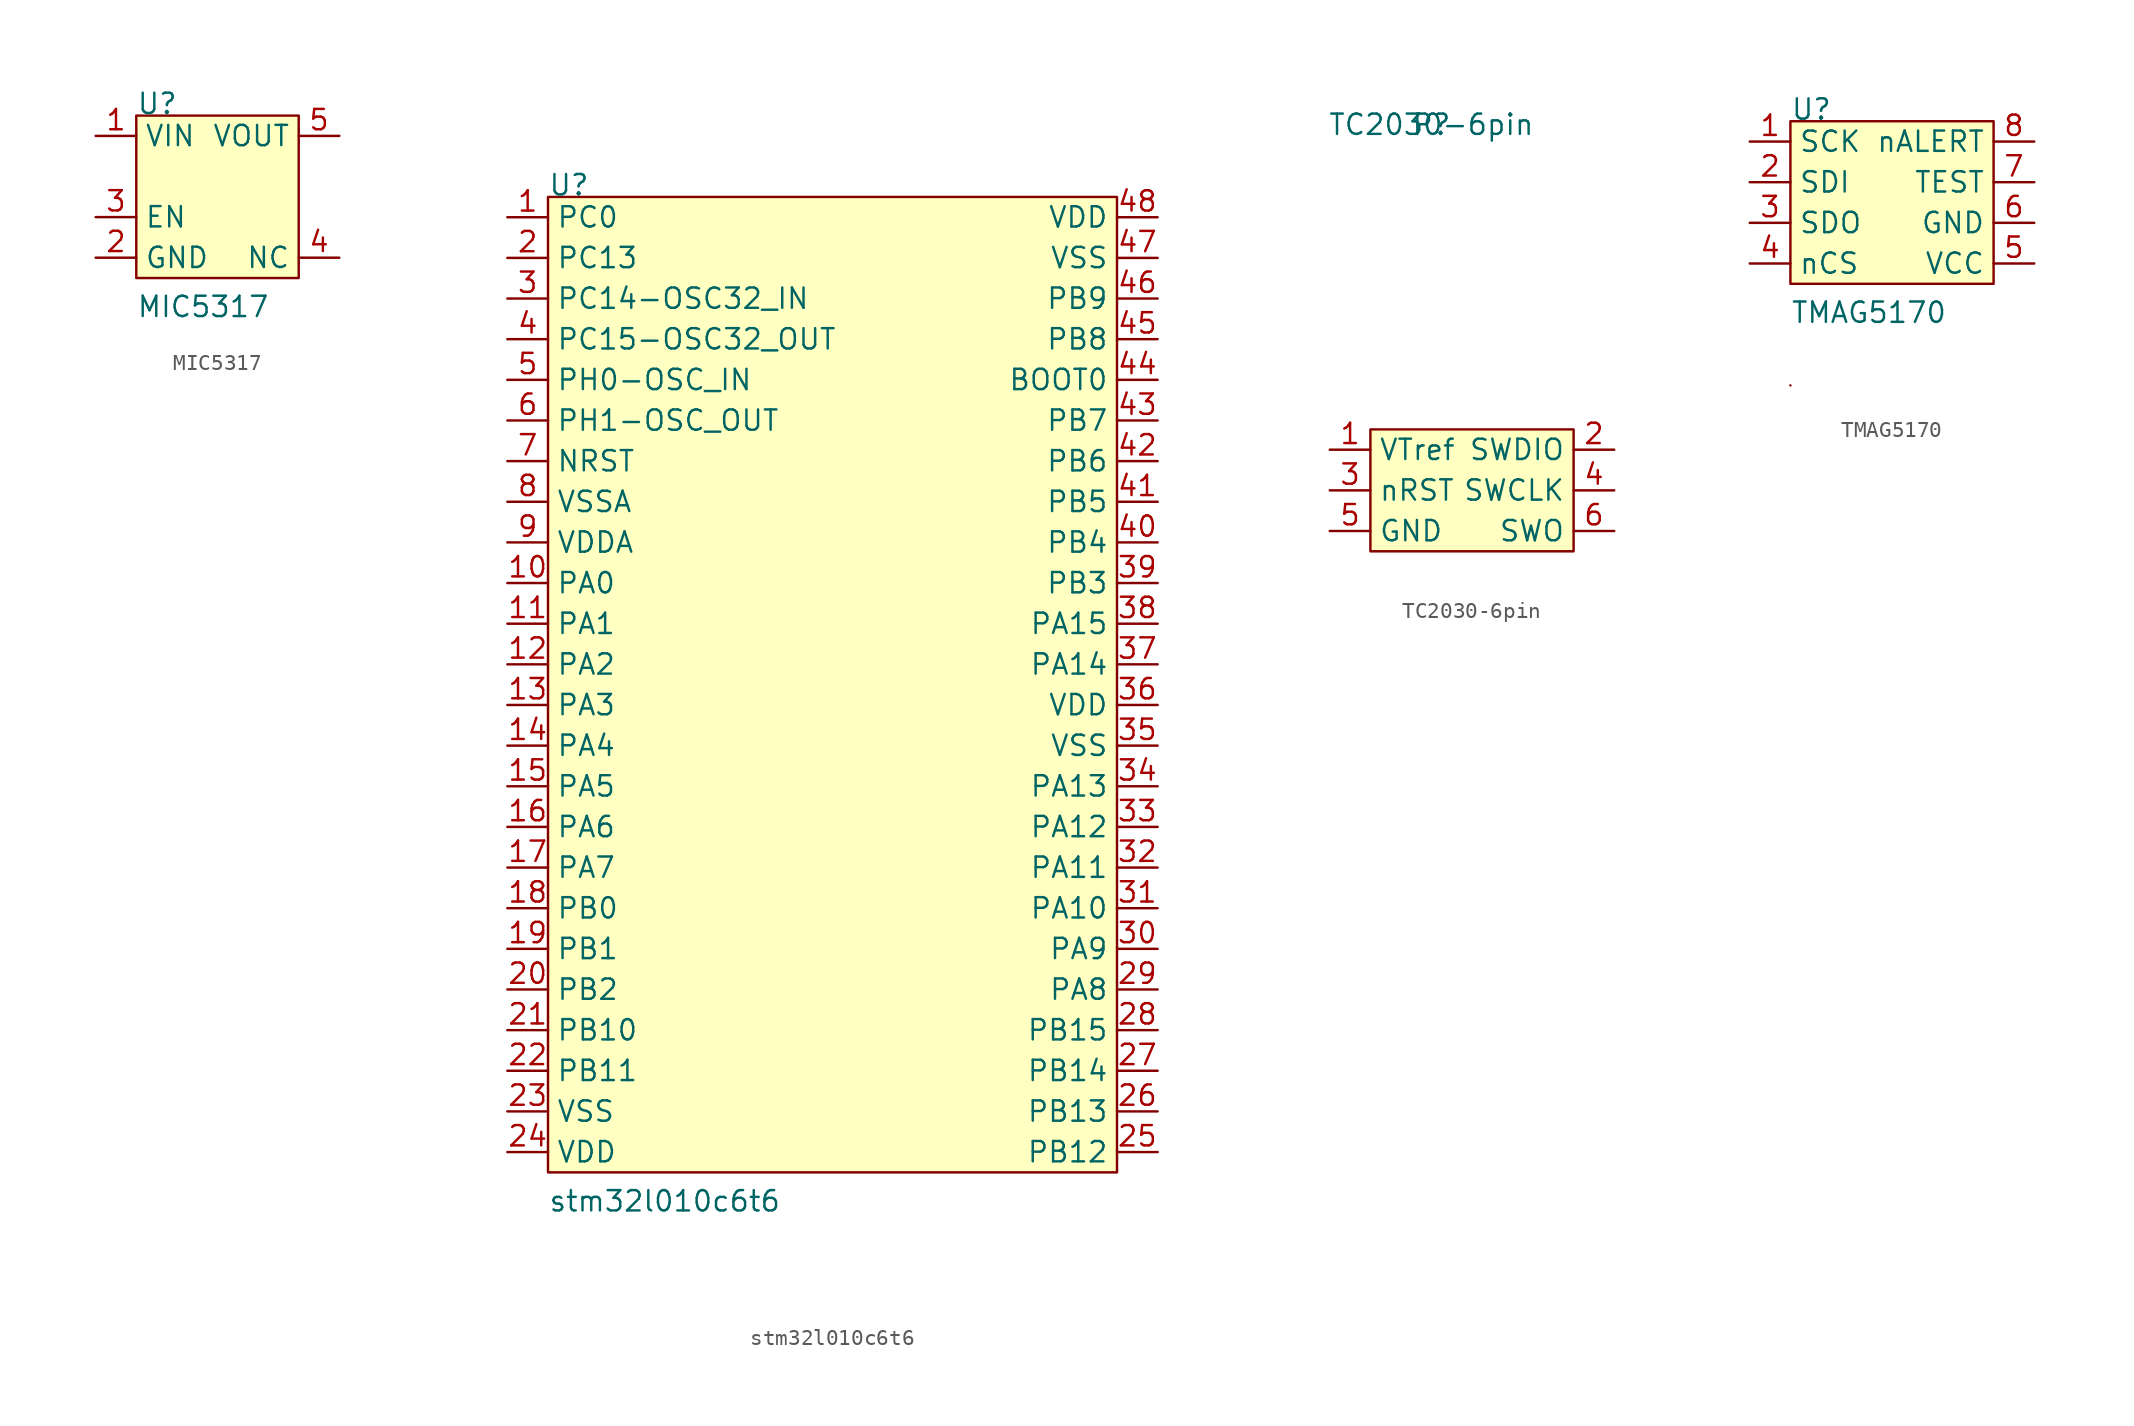
<source format=kicad_sym>
(kicad_symbol_lib
  (version 20211014)
  (generator kicad_symbol_editor)
  (symbol "MIC5317"
    (property "Reference" "U"
      (at -5.08 3.81 0)
      (effects (font (size 1.27 1.27)) (justify left bottom)))
    (property "Value" "MIC5317"
      (at -5.08 -8.89 0)
      (effects (font (size 1.27 1.27)) (justify left bottom)))
    (symbol "MIC5317_0_1"
      (rectangle (start -5.08 3.81) (end 5.08 -6.35) (stroke (width 0) (type default) (color 0 0 0 0)) (fill (type background))))
    (symbol "MIC5317_1_1"
      (pin passive line (at -7.62 2.54 0) (length 2.54) (name "VIN" (effects (font (size 1.27 1.27)))) (number "1" (effects (font (size 1.27 1.27)))))
      (pin passive line (at -7.62 -5.08 0) (length 2.54) (name "GND" (effects (font (size 1.27 1.27)))) (number "2" (effects (font (size 1.27 1.27)))))
      (pin passive line (at -7.62 -2.54 0) (length 2.54) (name "EN" (effects (font (size 1.27 1.27)))) (number "3" (effects (font (size 1.27 1.27)))))
      (pin passive line (at 7.62 -5.08 180) (length 2.54) (name "NC" (effects (font (size 1.27 1.27)))) (number "4" (effects (font (size 1.27 1.27)))))
      (pin passive line (at 7.62 2.54 180) (length 2.54) (name "VOUT" (effects (font (size 1.27 1.27)))) (number "5" (effects (font (size 1.27 1.27)))))))
  (symbol "stm32l010c6t6"
    (property "Reference" "U"
      (at -16.51 30.48 0)
      (effects (font (size 1.27 1.27)) (justify left bottom)))
    (property "Value" "stm32l010c6t6"
      (at -16.51 -33.02 0)
      (effects (font (size 1.27 1.27)) (justify left bottom)))
    (symbol "stm32l010c6t6_0_1"
      (rectangle (start -16.51 30.48) (end 19.05 -30.48) (stroke (width 0) (type default) (color 0 0 0 0)) (fill (type background))))
    (symbol "stm32l010c6t6_1_1"
      (pin passive line (at -19.05 29.21 0) (length 2.54) (name "PC0" (effects (font (size 1.27 1.27)))) (number "1" (effects (font (size 1.27 1.27)))))
      (pin passive line (at -19.05 6.35 0) (length 2.54) (name "PA0" (effects (font (size 1.27 1.27)))) (number "10" (effects (font (size 1.27 1.27)))))
      (pin passive line (at -19.05 3.81 0) (length 2.54) (name "PA1" (effects (font (size 1.27 1.27)))) (number "11" (effects (font (size 1.27 1.27)))))
      (pin passive line (at -19.05 1.27 0) (length 2.54) (name "PA2" (effects (font (size 1.27 1.27)))) (number "12" (effects (font (size 1.27 1.27)))))
      (pin passive line (at -19.05 -1.27 0) (length 2.54) (name "PA3" (effects (font (size 1.27 1.27)))) (number "13" (effects (font (size 1.27 1.27)))))
      (pin passive line (at -19.05 -3.81 0) (length 2.54) (name "PA4" (effects (font (size 1.27 1.27)))) (number "14" (effects (font (size 1.27 1.27)))))
      (pin passive line (at -19.05 -6.35 0) (length 2.54) (name "PA5" (effects (font (size 1.27 1.27)))) (number "15" (effects (font (size 1.27 1.27)))))
      (pin passive line (at -19.05 -8.89 0) (length 2.54) (name "PA6" (effects (font (size 1.27 1.27)))) (number "16" (effects (font (size 1.27 1.27)))))
      (pin passive line (at -19.05 -11.43 0) (length 2.54) (name "PA7" (effects (font (size 1.27 1.27)))) (number "17" (effects (font (size 1.27 1.27)))))
      (pin passive line (at -19.05 -13.97 0) (length 2.54) (name "PB0" (effects (font (size 1.27 1.27)))) (number "18" (effects (font (size 1.27 1.27)))))
      (pin passive line (at -19.05 -16.51 0) (length 2.54) (name "PB1" (effects (font (size 1.27 1.27)))) (number "19" (effects (font (size 1.27 1.27)))))
      (pin passive line (at -19.05 26.67 0) (length 2.54) (name "PC13" (effects (font (size 1.27 1.27)))) (number "2" (effects (font (size 1.27 1.27)))))
      (pin passive line (at -19.05 -19.05 0) (length 2.54) (name "PB2" (effects (font (size 1.27 1.27)))) (number "20" (effects (font (size 1.27 1.27)))))
      (pin passive line (at -19.05 -21.59 0) (length 2.54) (name "PB10" (effects (font (size 1.27 1.27)))) (number "21" (effects (font (size 1.27 1.27)))))
      (pin passive line (at -19.05 -24.13 0) (length 2.54) (name "PB11" (effects (font (size 1.27 1.27)))) (number "22" (effects (font (size 1.27 1.27)))))
      (pin passive line (at -19.05 -26.67 0) (length 2.54) (name "VSS" (effects (font (size 1.27 1.27)))) (number "23" (effects (font (size 1.27 1.27)))))
      (pin passive line (at -19.05 -29.21 0) (length 2.54) (name "VDD" (effects (font (size 1.27 1.27)))) (number "24" (effects (font (size 1.27 1.27)))))
      (pin passive line (at 21.59 -29.21 180) (length 2.54) (name "PB12" (effects (font (size 1.27 1.27)))) (number "25" (effects (font (size 1.27 1.27)))))
      (pin passive line (at 21.59 -26.67 180) (length 2.54) (name "PB13" (effects (font (size 1.27 1.27)))) (number "26" (effects (font (size 1.27 1.27)))))
      (pin passive line (at 21.59 -24.13 180) (length 2.54) (name "PB14" (effects (font (size 1.27 1.27)))) (number "27" (effects (font (size 1.27 1.27)))))
      (pin passive line (at 21.59 -21.59 180) (length 2.54) (name "PB15" (effects (font (size 1.27 1.27)))) (number "28" (effects (font (size 1.27 1.27)))))
      (pin passive line (at 21.59 -19.05 180) (length 2.54) (name "PA8" (effects (font (size 1.27 1.27)))) (number "29" (effects (font (size 1.27 1.27)))))
      (pin passive line (at -19.05 24.13 0) (length 2.54) (name "PC14-OSC32_IN" (effects (font (size 1.27 1.27)))) (number "3" (effects (font (size 1.27 1.27)))))
      (pin passive line (at 21.59 -16.51 180) (length 2.54) (name "PA9" (effects (font (size 1.27 1.27)))) (number "30" (effects (font (size 1.27 1.27)))))
      (pin passive line (at 21.59 -13.97 180) (length 2.54) (name "PA10" (effects (font (size 1.27 1.27)))) (number "31" (effects (font (size 1.27 1.27)))))
      (pin passive line (at 21.59 -11.43 180) (length 2.54) (name "PA11" (effects (font (size 1.27 1.27)))) (number "32" (effects (font (size 1.27 1.27)))))
      (pin passive line (at 21.59 -8.89 180) (length 2.54) (name "PA12" (effects (font (size 1.27 1.27)))) (number "33" (effects (font (size 1.27 1.27)))))
      (pin passive line (at 21.59 -6.35 180) (length 2.54) (name "PA13" (effects (font (size 1.27 1.27)))) (number "34" (effects (font (size 1.27 1.27)))))
      (pin passive line (at 21.59 -3.81 180) (length 2.54) (name "VSS" (effects (font (size 1.27 1.27)))) (number "35" (effects (font (size 1.27 1.27)))))
      (pin passive line (at 21.59 -1.27 180) (length 2.54) (name "VDD" (effects (font (size 1.27 1.27)))) (number "36" (effects (font (size 1.27 1.27)))))
      (pin passive line (at 21.59 1.27 180) (length 2.54) (name "PA14" (effects (font (size 1.27 1.27)))) (number "37" (effects (font (size 1.27 1.27)))))
      (pin passive line (at 21.59 3.81 180) (length 2.54) (name "PA15" (effects (font (size 1.27 1.27)))) (number "38" (effects (font (size 1.27 1.27)))))
      (pin passive line (at 21.59 6.35 180) (length 2.54) (name "PB3" (effects (font (size 1.27 1.27)))) (number "39" (effects (font (size 1.27 1.27)))))
      (pin passive line (at -19.05 21.59 0) (length 2.54) (name "PC15-OSC32_OUT" (effects (font (size 1.27 1.27)))) (number "4" (effects (font (size 1.27 1.27)))))
      (pin passive line (at 21.59 8.89 180) (length 2.54) (name "PB4" (effects (font (size 1.27 1.27)))) (number "40" (effects (font (size 1.27 1.27)))))
      (pin passive line (at 21.59 11.43 180) (length 2.54) (name "PB5" (effects (font (size 1.27 1.27)))) (number "41" (effects (font (size 1.27 1.27)))))
      (pin passive line (at 21.59 13.97 180) (length 2.54) (name "PB6" (effects (font (size 1.27 1.27)))) (number "42" (effects (font (size 1.27 1.27)))))
      (pin passive line (at 21.59 16.51 180) (length 2.54) (name "PB7" (effects (font (size 1.27 1.27)))) (number "43" (effects (font (size 1.27 1.27)))))
      (pin passive line (at 21.59 19.05 180) (length 2.54) (name "BOOT0" (effects (font (size 1.27 1.27)))) (number "44" (effects (font (size 1.27 1.27)))))
      (pin passive line (at 21.59 21.59 180) (length 2.54) (name "PB8" (effects (font (size 1.27 1.27)))) (number "45" (effects (font (size 1.27 1.27)))))
      (pin passive line (at 21.59 24.13 180) (length 2.54) (name "PB9" (effects (font (size 1.27 1.27)))) (number "46" (effects (font (size 1.27 1.27)))))
      (pin passive line (at 21.59 26.67 180) (length 2.54) (name "VSS" (effects (font (size 1.27 1.27)))) (number "47" (effects (font (size 1.27 1.27)))))
      (pin passive line (at 21.59 29.21 180) (length 2.54) (name "VDD" (effects (font (size 1.27 1.27)))) (number "48" (effects (font (size 1.27 1.27)))))
      (pin passive line (at -19.05 19.05 0) (length 2.54) (name "PH0-OSC_IN" (effects (font (size 1.27 1.27)))) (number "5" (effects (font (size 1.27 1.27)))))
      (pin passive line (at -19.05 16.51 0) (length 2.54) (name "PH1-OSC_OUT" (effects (font (size 1.27 1.27)))) (number "6" (effects (font (size 1.27 1.27)))))
      (pin passive line (at -19.05 13.97 0) (length 2.54) (name "NRST" (effects (font (size 1.27 1.27)))) (number "7" (effects (font (size 1.27 1.27)))))
      (pin passive line (at -19.05 11.43 0) (length 2.54) (name "VSSA" (effects (font (size 1.27 1.27)))) (number "8" (effects (font (size 1.27 1.27)))))
      (pin passive line (at -19.05 8.89 0) (length 2.54) (name "VDDA" (effects (font (size 1.27 1.27)))) (number "9" (effects (font (size 1.27 1.27)))))))
  (symbol "TC2030-6pin"
    (property "Reference" "P"
      (at -2.54 22.86 0)
      (effects (font (size 1.27 1.27))))
    (property "Value" "TC2030-6pin"
      (at -2.54 22.86 0)
      (effects (font (size 1.27 1.27))))
    (symbol "TC2030-6pin_0_1"
      (rectangle (start -6.35 3.81) (end 6.35 -3.81) (stroke (width 0) (type default) (color 0 0 0 0)) (fill (type background))))
    (symbol "TC2030-6pin_1_1"
      (pin passive line (at -8.89 2.54 0) (length 2.54) (name "VTref" (effects (font (size 1.27 1.27)))) (number "1" (effects (font (size 1.27 1.27)))))
      (pin passive line (at 8.89 2.54 180) (length 2.54) (name "SWDIO" (effects (font (size 1.27 1.27)))) (number "2" (effects (font (size 1.27 1.27)))))
      (pin passive line (at -8.89 0 0) (length 2.54) (name "nRST" (effects (font (size 1.27 1.27)))) (number "3" (effects (font (size 1.27 1.27)))))
      (pin passive line (at 8.89 0 180) (length 2.54) (name "SWCLK" (effects (font (size 1.27 1.27)))) (number "4" (effects (font (size 1.27 1.27)))))
      (pin passive line (at -8.89 -2.54 0) (length 2.54) (name "GND" (effects (font (size 1.27 1.27)))) (number "5" (effects (font (size 1.27 1.27)))))
      (pin passive line (at 8.89 -2.54 180) (length 2.54) (name "SWO" (effects (font (size 1.27 1.27)))) (number "6" (effects (font (size 1.27 1.27)))))))
  (symbol "TMAG5170"
    (property "Reference" "U"
      (at -5.08 21.59 0)
      (effects (font (size 1.27 1.27)) (justify left bottom)))
    (property "Value" "TMAG5170"
      (at -5.08 8.89 0)
      (effects (font (size 1.27 1.27)) (justify left bottom)))
    (symbol "TMAG5170_0_1"
      (rectangle (start -5.08 5.08) (end -5.08 5.08) (stroke (width 0) (type default) (color 0 0 0 0)) (fill (type none)))
      (rectangle (start -5.08 21.59) (end 7.62 11.43) (stroke (width 0) (type default) (color 0 0 0 0)) (fill (type background))))
    (symbol "TMAG5170_1_1"
      (pin passive line (at -7.62 20.32 0) (length 2.54) (name "SCK" (effects (font (size 1.27 1.27)))) (number "1" (effects (font (size 1.27 1.27)))))
      (pin passive line (at -7.62 17.78 0) (length 2.54) (name "SDI" (effects (font (size 1.27 1.27)))) (number "2" (effects (font (size 1.27 1.27)))))
      (pin passive line (at -7.62 15.24 0) (length 2.54) (name "SDO" (effects (font (size 1.27 1.27)))) (number "3" (effects (font (size 1.27 1.27)))))
      (pin passive line (at -7.62 12.7 0) (length 2.54) (name "nCS" (effects (font (size 1.27 1.27)))) (number "4" (effects (font (size 1.27 1.27)))))
      (pin passive line (at 10.16 12.7 180) (length 2.54) (name "VCC" (effects (font (size 1.27 1.27)))) (number "5" (effects (font (size 1.27 1.27)))))
      (pin passive line (at 10.16 15.24 180) (length 2.54) (name "GND" (effects (font (size 1.27 1.27)))) (number "6" (effects (font (size 1.27 1.27)))))
      (pin passive line (at 10.16 17.78 180) (length 2.54) (name "TEST" (effects (font (size 1.27 1.27)))) (number "7" (effects (font (size 1.27 1.27)))))
      (pin passive line (at 10.16 20.32 180) (length 2.54) (name "nALERT" (effects (font (size 1.27 1.27)))) (number "8" (effects (font (size 1.27 1.27))))))))
</source>
